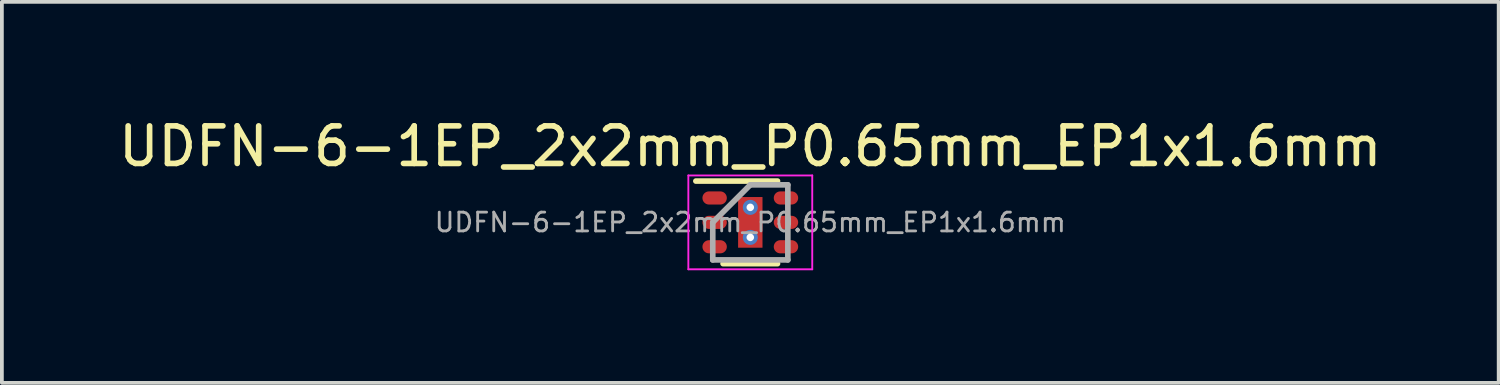
<source format=kicad_pcb>
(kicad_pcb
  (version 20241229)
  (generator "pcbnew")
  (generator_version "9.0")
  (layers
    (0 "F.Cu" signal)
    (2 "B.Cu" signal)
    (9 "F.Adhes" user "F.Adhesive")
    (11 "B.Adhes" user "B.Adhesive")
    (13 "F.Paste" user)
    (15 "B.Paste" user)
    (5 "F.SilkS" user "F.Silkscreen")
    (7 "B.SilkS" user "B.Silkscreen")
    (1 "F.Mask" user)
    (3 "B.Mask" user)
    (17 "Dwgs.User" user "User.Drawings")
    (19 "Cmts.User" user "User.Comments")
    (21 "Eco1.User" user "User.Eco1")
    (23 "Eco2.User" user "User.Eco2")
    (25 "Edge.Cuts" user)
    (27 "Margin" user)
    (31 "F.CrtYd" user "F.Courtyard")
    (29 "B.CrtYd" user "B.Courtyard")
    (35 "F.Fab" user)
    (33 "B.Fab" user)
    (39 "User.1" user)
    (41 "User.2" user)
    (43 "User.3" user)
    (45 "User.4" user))
  (footprint "UDFN-6-1EP_2x2mm_P0.65mm_EP1x1.6mm"
    (layer "F.Cu")
    (at 16.935 2.873)
    (property "Reference" "UDFN-6-1EP_2x2mm_P0.65mm_EP1x1.6mm" (at 0 -2.025 0) (layer "F.SilkS") (effects (font (size 1 1) (thickness 0.15))))
    (attr smd)
    (fp_line (start -1.45 -1.1) (end 0.725 -1.1) (stroke (width 0.15) (type solid)) (layer "F.SilkS"))
    (fp_line (start -0.725 1.1) (end 0.725 1.1) (stroke (width 0.15) (type solid)) (layer "F.SilkS"))
    (fp_line (start -1.65 -1.25) (end -1.65 1.25) (stroke (width 0.05) (type solid)) (layer "F.CrtYd"))
    (fp_line (start -1.65 -1.25) (end 1.65 -1.25) (stroke (width 0.05) (type solid)) (layer "F.CrtYd"))
    (fp_line (start -1.65 1.25) (end 1.65 1.25) (stroke (width 0.05) (type solid)) (layer "F.CrtYd"))
    (fp_line (start 1.65 -1.25) (end 1.65 1.25) (stroke (width 0.05) (type solid)) (layer "F.CrtYd"))
    (fp_line (start -1 0) (end 0 -1) (stroke (width 0.15) (type solid)) (layer "F.Fab"))
    (fp_line (start -1 1) (end -1 0) (stroke (width 0.15) (type solid)) (layer "F.Fab"))
    (fp_line (start 0 -1) (end 1 -1) (stroke (width 0.15) (type solid)) (layer "F.Fab"))
    (fp_line (start 1 -1) (end 1 1) (stroke (width 0.15) (type solid)) (layer "F.Fab"))
    (fp_line (start 1 1) (end -1 1) (stroke (width 0.15) (type solid)) (layer "F.Fab"))
    (fp_text user "${REFERENCE}" (at 0 0 0) (layer "F.Fab") (effects (font (size 0.5 0.5) (thickness 0.075))))
    (pad "" smd rect (at 0 -0.4) (size 0.62 0.5) (layers "F.Paste"))
    (pad "" smd rect (at 0 0.4) (size 0.62 0.5) (layers "F.Paste"))
    (pad "1" smd oval (at -0.95 -0.65) (size 0.65 0.35) (layers "F.Cu" "F.Mask" "F.Paste"))
    (pad "2" smd oval (at -0.95 0) (size 0.65 0.35) (layers "F.Cu" "F.Mask" "F.Paste"))
    (pad "3" smd oval (at -0.95 0.65) (size 0.65 0.35) (layers "F.Cu" "F.Mask" "F.Paste"))
    (pad "4" smd oval (at 0.95 0.65) (size 0.65 0.35) (layers "F.Cu" "F.Mask" "F.Paste"))
    (pad "5" smd oval (at 0.95 0) (size 0.65 0.35) (layers "F.Cu" "F.Mask" "F.Paste"))
    (pad "6" smd oval (at 0.95 -0.65) (size 0.65 0.35) (layers "F.Cu" "F.Mask" "F.Paste"))
    (pad "7" thru_hole circle (at 0 -0.4) (size 0.4 0.4) (drill 0.2) (layers "*.Cu" "*.Mask"))
    (pad "7" smd rect (at 0 0) (size 0.65 1.35) (layers "F.Cu" "F.Mask"))
    (pad "7" thru_hole circle (at 0 0.4) (size 0.4 0.4) (drill 0.2) (layers "*.Cu" "*.Mask")))
  (gr_rect
    (start -3 -3)
    (end 36.869 7.148)
    (stroke (width 0.1) (type default))
    (fill no)
    (layer "Edge.Cuts")))
</source>
